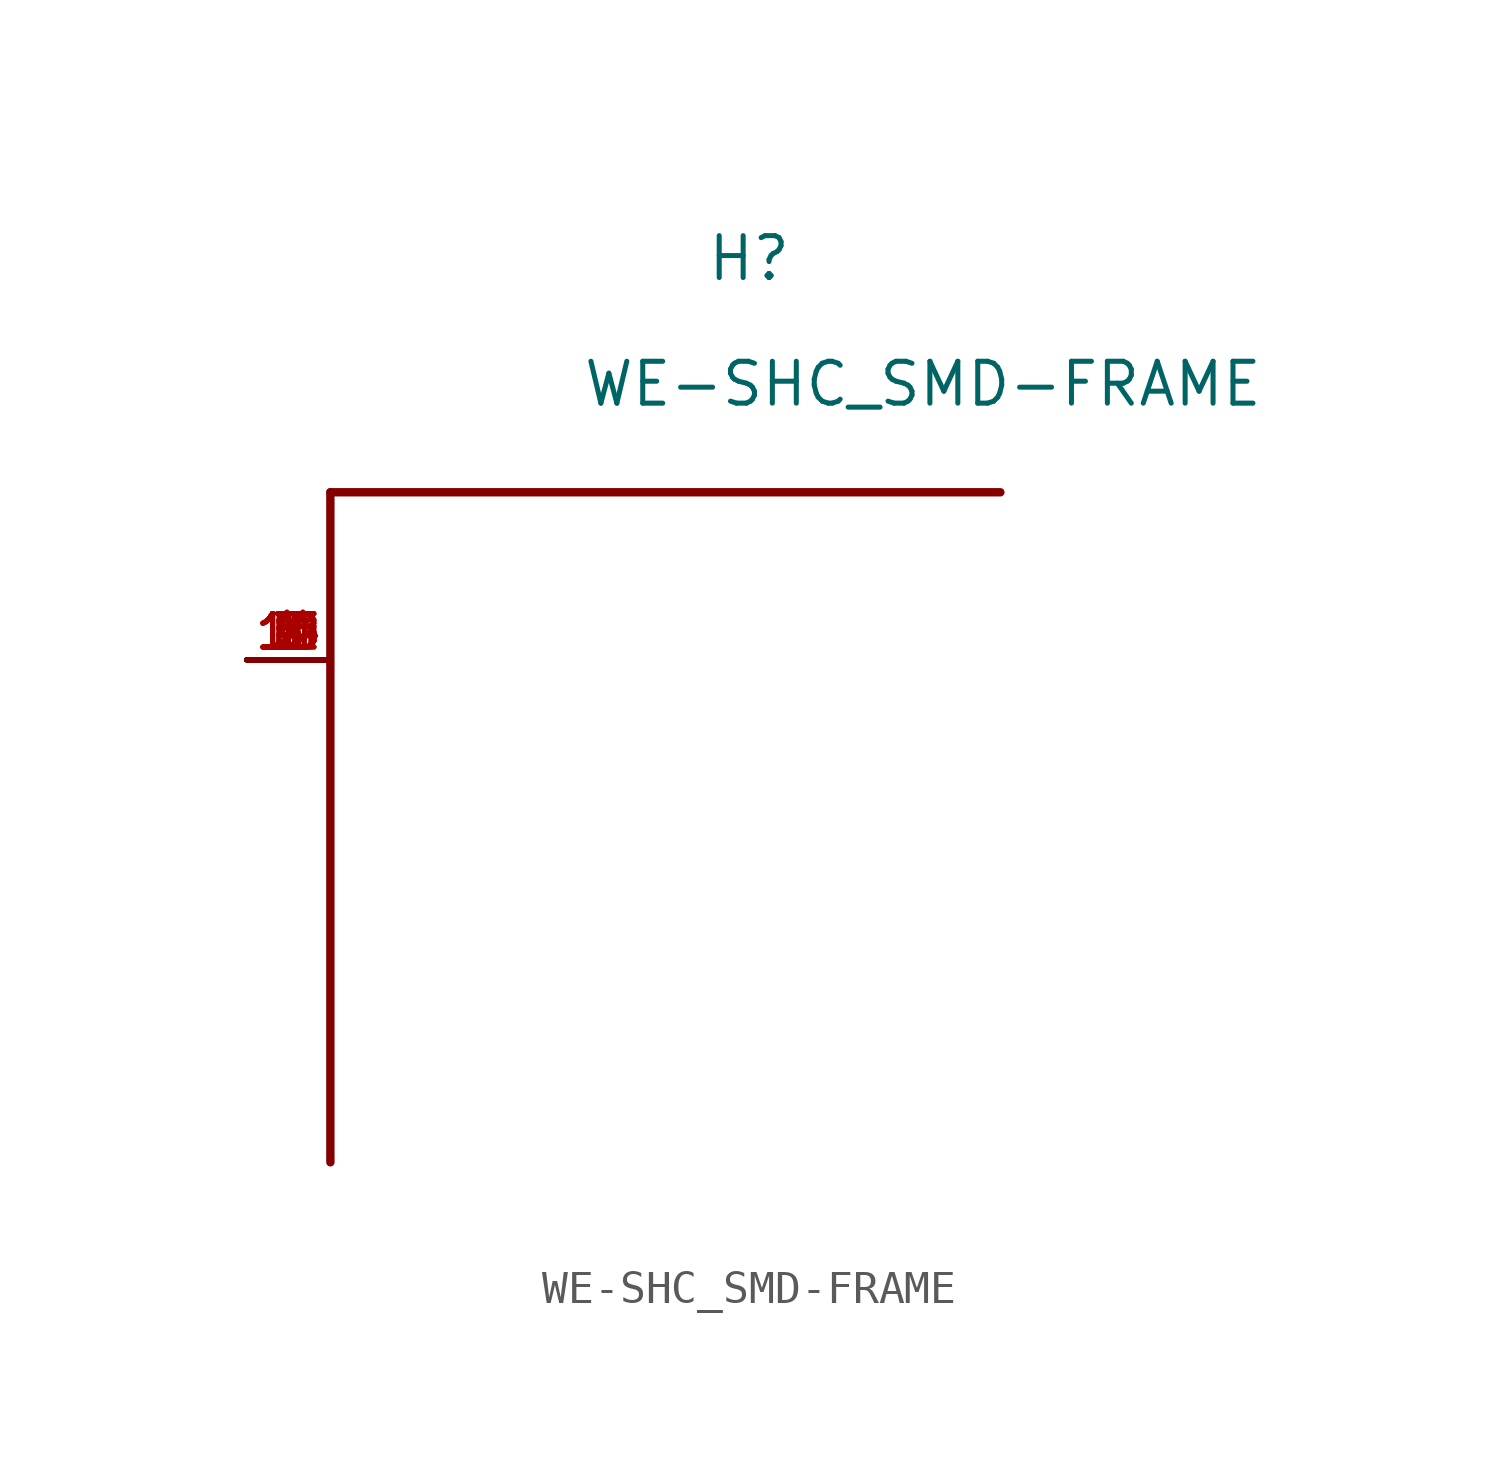
<source format=kicad_sym>
(kicad_symbol_lib
  (version 20211014)
  (generator kicad_symbol_editor)
  (symbol "WE-SHC_SMD-FRAME"
    (pin_names
      (offset 1.016))
    (property "Reference" "H"
      (at 5.08 13.97 0)
      (effects (font (size 1.27 1.27)) (justify bottom)))
    (property "Value" "WE-SHC_SMD-FRAME"
      (at 0.0 10.16 0)
      (effects (font (size 1.27 1.27)) (justify bottom left)))
    (symbol "WE-SHC_SMD-FRAME_0_0"
      (polyline (pts (xy 12.7 7.62) (xy -7.62 7.62)) (stroke (width 0.254)))
      (polyline (pts (xy -7.62 7.62) (xy -7.62 -12.7)) (stroke (width 0.254)))
      (pin power_in line (at -10.16 2.54 0) (length 2.54) (name "~" (effects (font (size 1.016 1.016)))) (number "1" (effects (font (size 1.016 1.016)))))
      (pin power_in line (at -10.16 2.54 0) (length 2.54) (name "~" (effects (font (size 1.016 1.016)))) (number "2" (effects (font (size 1.016 1.016)))))
      (pin power_in line (at -10.16 2.54 0) (length 2.54) (name "~" (effects (font (size 1.016 1.016)))) (number "3" (effects (font (size 1.016 1.016)))))
      (pin power_in line (at -10.16 2.54 0) (length 2.54) (name "~" (effects (font (size 1.016 1.016)))) (number "4" (effects (font (size 1.016 1.016)))))
      (pin power_in line (at -10.16 2.54 0) (length 2.54) (name "~" (effects (font (size 1.016 1.016)))) (number "5" (effects (font (size 1.016 1.016)))))
      (pin power_in line (at -10.16 2.54 0) (length 2.54) (name "~" (effects (font (size 1.016 1.016)))) (number "6" (effects (font (size 1.016 1.016)))))
      (pin power_in line (at -10.16 2.54 0) (length 2.54) (name "~" (effects (font (size 1.016 1.016)))) (number "7" (effects (font (size 1.016 1.016)))))
      (pin power_in line (at -10.16 2.54 0) (length 2.54) (name "~" (effects (font (size 1.016 1.016)))) (number "8" (effects (font (size 1.016 1.016)))))
      (pin power_in line (at -10.16 2.54 0) (length 2.54) (name "~" (effects (font (size 1.016 1.016)))) (number "9" (effects (font (size 1.016 1.016)))))
      (pin power_in line (at -10.16 2.54 0) (length 2.54) (name "~" (effects (font (size 1.016 1.016)))) (number "10" (effects (font (size 1.016 1.016)))))
      (pin power_in line (at -10.16 2.54 0) (length 2.54) (name "~" (effects (font (size 1.016 1.016)))) (number "11" (effects (font (size 1.016 1.016)))))
      (pin power_in line (at -10.16 2.54 0) (length 2.54) (name "~" (effects (font (size 1.016 1.016)))) (number "12" (effects (font (size 1.016 1.016)))))
      (pin power_in line (at -10.16 2.54 0) (length 2.54) (name "~" (effects (font (size 1.016 1.016)))) (number "13" (effects (font (size 1.016 1.016)))))
      (pin power_in line (at -10.16 2.54 0) (length 2.54) (name "~" (effects (font (size 1.016 1.016)))) (number "14" (effects (font (size 1.016 1.016)))))
      (pin power_in line (at -10.16 2.54 0) (length 2.54) (name "~" (effects (font (size 1.016 1.016)))) (number "15" (effects (font (size 1.016 1.016)))))
      (pin power_in line (at -10.16 2.54 0) (length 2.54) (name "~" (effects (font (size 1.016 1.016)))) (number "16" (effects (font (size 1.016 1.016))))))))
</source>
